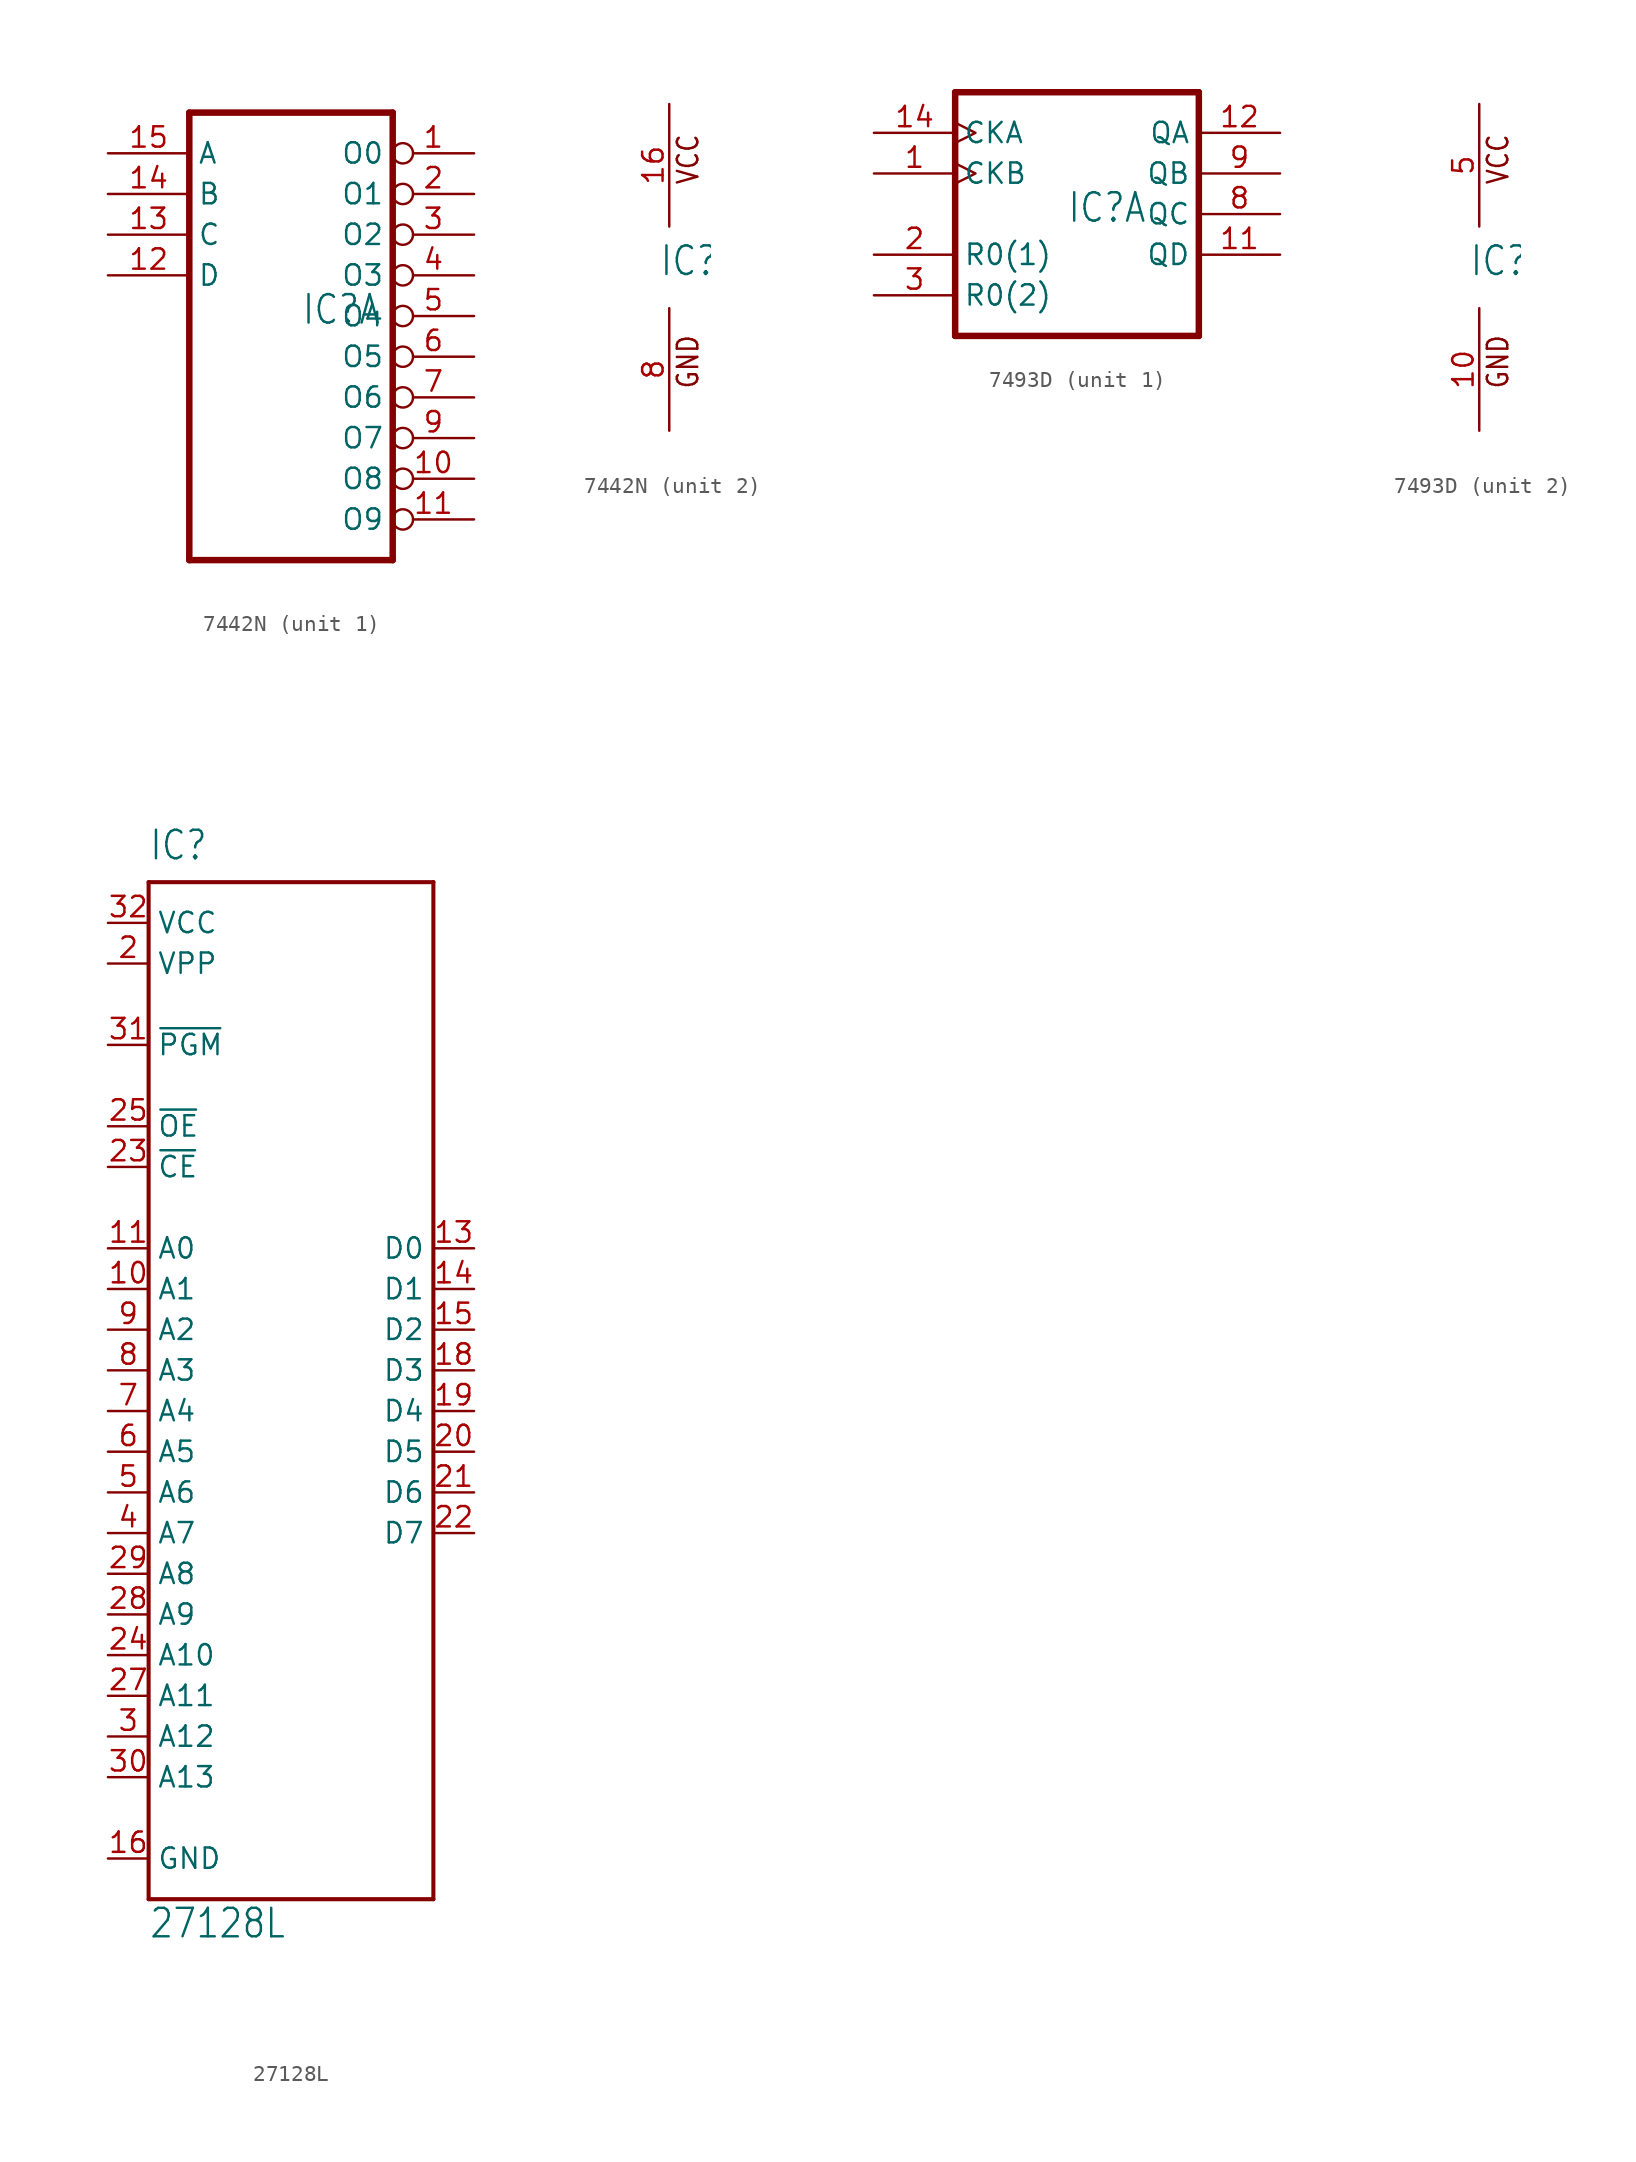
<source format=kicad_sym>
(kicad_symbol_lib
  (version 20220914)
  (generator kicad_symbol_editor)
  (symbol "7442N"
    (property "Reference" "IC"
      (at -0.635 -0.635 0)
      (effects (font (size 1.778 1.511)) (justify left bottom)))
    (property "ki_locked" ""
      (at 0 0 0)
      (effects (font (size 1.27 1.27))))
    (symbol "7442N_1_0"
      (polyline (pts (xy -7.62 -15.24) (xy 5.08 -15.24)) (stroke (width 0.406) (type default)) (fill (type none)))
      (polyline (pts (xy -7.62 12.7) (xy -7.62 -15.24)) (stroke (width 0.406) (type default)) (fill (type none)))
      (polyline (pts (xy 5.08 -15.24) (xy 5.08 12.7)) (stroke (width 0.406) (type default)) (fill (type none)))
      (polyline (pts (xy 5.08 12.7) (xy -7.62 12.7)) (stroke (width 0.406) (type default)) (fill (type none)))
      (pin output inverted (at 10.16 10.16 180) (length 5.08) (name "O0" (effects (font (size 1.27 1.27)))) (number "1" (effects (font (size 1.27 1.27)))))
      (pin output inverted (at 10.16 -10.16 180) (length 5.08) (name "O8" (effects (font (size 1.27 1.27)))) (number "10" (effects (font (size 1.27 1.27)))))
      (pin output inverted (at 10.16 -12.7 180) (length 5.08) (name "O9" (effects (font (size 1.27 1.27)))) (number "11" (effects (font (size 1.27 1.27)))))
      (pin input line (at -12.7 2.54 0) (length 5.08) (name "D" (effects (font (size 1.27 1.27)))) (number "12" (effects (font (size 1.27 1.27)))))
      (pin input line (at -12.7 5.08 0) (length 5.08) (name "C" (effects (font (size 1.27 1.27)))) (number "13" (effects (font (size 1.27 1.27)))))
      (pin input line (at -12.7 7.62 0) (length 5.08) (name "B" (effects (font (size 1.27 1.27)))) (number "14" (effects (font (size 1.27 1.27)))))
      (pin input line (at -12.7 10.16 0) (length 5.08) (name "A" (effects (font (size 1.27 1.27)))) (number "15" (effects (font (size 1.27 1.27)))))
      (pin output inverted (at 10.16 7.62 180) (length 5.08) (name "O1" (effects (font (size 1.27 1.27)))) (number "2" (effects (font (size 1.27 1.27)))))
      (pin output inverted (at 10.16 5.08 180) (length 5.08) (name "O2" (effects (font (size 1.27 1.27)))) (number "3" (effects (font (size 1.27 1.27)))))
      (pin output inverted (at 10.16 2.54 180) (length 5.08) (name "O3" (effects (font (size 1.27 1.27)))) (number "4" (effects (font (size 1.27 1.27)))))
      (pin output inverted (at 10.16 0 180) (length 5.08) (name "O4" (effects (font (size 1.27 1.27)))) (number "5" (effects (font (size 1.27 1.27)))))
      (pin output inverted (at 10.16 -2.54 180) (length 5.08) (name "O5" (effects (font (size 1.27 1.27)))) (number "6" (effects (font (size 1.27 1.27)))))
      (pin output inverted (at 10.16 -5.08 180) (length 5.08) (name "O6" (effects (font (size 1.27 1.27)))) (number "7" (effects (font (size 1.27 1.27)))))
      (pin output inverted (at 10.16 -7.62 180) (length 5.08) (name "O7" (effects (font (size 1.27 1.27)))) (number "9" (effects (font (size 1.27 1.27))))))
    (symbol "7442N_2_0"
      (text "GND" (at 1.905 -7.62 900) (effects (font (size 1.27 1.079)) (justify left bottom)))
      (text "VCC" (at 1.905 5.08 900) (effects (font (size 1.27 1.079)) (justify left bottom)))
      (pin power_in line (at 0 10.16 270) (length 7.62) (name "VCC" (effects (font (size 0 0)))) (number "16" (effects (font (size 1.27 1.27)))))
      (pin power_in line (at 0 -10.16 90) (length 7.62) (name "GND" (effects (font (size 0 0)))) (number "8" (effects (font (size 1.27 1.27)))))))
  (symbol "7493D"
    (property "Reference" "IC"
      (at -0.635 -0.635 0)
      (effects (font (size 1.778 1.511)) (justify left bottom)))
    (property "ki_locked" ""
      (at 0 0 0)
      (effects (font (size 1.27 1.27))))
    (symbol "7493D_1_0"
      (polyline (pts (xy -7.62 -7.62) (xy 7.62 -7.62)) (stroke (width 0.406) (type default)) (fill (type none)))
      (polyline (pts (xy -7.62 7.62) (xy -7.62 -7.62)) (stroke (width 0.406) (type default)) (fill (type none)))
      (polyline (pts (xy 7.62 -7.62) (xy 7.62 7.62)) (stroke (width 0.406) (type default)) (fill (type none)))
      (polyline (pts (xy 7.62 7.62) (xy -7.62 7.62)) (stroke (width 0.406) (type default)) (fill (type none)))
      (pin input clock (at -12.7 2.54 0) (length 5.08) (name "CKB" (effects (font (size 1.27 1.27)))) (number "1" (effects (font (size 1.27 1.27)))))
      (pin output line (at 12.7 -2.54 180) (length 5.08) (name "QD" (effects (font (size 1.27 1.27)))) (number "11" (effects (font (size 1.27 1.27)))))
      (pin output line (at 12.7 5.08 180) (length 5.08) (name "QA" (effects (font (size 1.27 1.27)))) (number "12" (effects (font (size 1.27 1.27)))))
      (pin input clock (at -12.7 5.08 0) (length 5.08) (name "CKA" (effects (font (size 1.27 1.27)))) (number "14" (effects (font (size 1.27 1.27)))))
      (pin input line (at -12.7 -2.54 0) (length 5.08) (name "R0(1)" (effects (font (size 1.27 1.27)))) (number "2" (effects (font (size 1.27 1.27)))))
      (pin input line (at -12.7 -5.08 0) (length 5.08) (name "R0(2)" (effects (font (size 1.27 1.27)))) (number "3" (effects (font (size 1.27 1.27)))))
      (pin output line (at 12.7 0 180) (length 5.08) (name "QC" (effects (font (size 1.27 1.27)))) (number "8" (effects (font (size 1.27 1.27)))))
      (pin output line (at 12.7 2.54 180) (length 5.08) (name "QB" (effects (font (size 1.27 1.27)))) (number "9" (effects (font (size 1.27 1.27))))))
    (symbol "7493D_2_0"
      (text "GND" (at 1.905 -7.62 900) (effects (font (size 1.27 1.079)) (justify left bottom)))
      (text "VCC" (at 1.905 5.08 900) (effects (font (size 1.27 1.079)) (justify left bottom)))
      (pin power_in line (at 0 -10.16 90) (length 7.62) (name "GND" (effects (font (size 0 0)))) (number "10" (effects (font (size 1.27 1.27)))))
      (pin power_in line (at 0 10.16 270) (length 7.62) (name "VCC" (effects (font (size 0 0)))) (number "5" (effects (font (size 1.27 1.27)))))))
  (symbol "27128L"
    (property "Reference" "IC"
      (at -7.62 31.75 0)
      (effects (font (size 1.778 1.511)) (justify left bottom)))
    (property "Value" "27128L"
      (at -7.62 -35.56 0)
      (effects (font (size 1.778 1.511)) (justify left bottom)))
    (property "ki_locked" ""
      (at 0 0 0)
      (effects (font (size 1.27 1.27))))
    (symbol "27128L_1_0"
      (polyline (pts (xy -7.62 -33.02) (xy -7.62 30.48)) (stroke (width 0.254) (type default)) (fill (type none)))
      (polyline (pts (xy -7.62 30.48) (xy 10.16 30.48)) (stroke (width 0.254) (type default)) (fill (type none)))
      (polyline (pts (xy 10.16 -33.02) (xy -7.62 -33.02)) (stroke (width 0.254) (type default)) (fill (type none)))
      (polyline (pts (xy 10.16 30.48) (xy 10.16 -33.02)) (stroke (width 0.254) (type default)) (fill (type none)))
      (pin input line (at -10.16 5.08 0) (length 2.54) (name "A1" (effects (font (size 1.27 1.27)))) (number "10" (effects (font (size 1.27 1.27)))))
      (pin input line (at -10.16 7.62 0) (length 2.54) (name "A0" (effects (font (size 1.27 1.27)))) (number "11" (effects (font (size 1.27 1.27)))))
      (pin tri_state line (at 12.7 7.62 180) (length 2.54) (name "D0" (effects (font (size 1.27 1.27)))) (number "13" (effects (font (size 1.27 1.27)))))
      (pin tri_state line (at 12.7 5.08 180) (length 2.54) (name "D1" (effects (font (size 1.27 1.27)))) (number "14" (effects (font (size 1.27 1.27)))))
      (pin tri_state line (at 12.7 2.54 180) (length 2.54) (name "D2" (effects (font (size 1.27 1.27)))) (number "15" (effects (font (size 1.27 1.27)))))
      (pin power_in line (at -10.16 -30.48 0) (length 2.54) (name "GND" (effects (font (size 1.27 1.27)))) (number "16" (effects (font (size 1.27 1.27)))))
      (pin tri_state line (at 12.7 0 180) (length 2.54) (name "D3" (effects (font (size 1.27 1.27)))) (number "18" (effects (font (size 1.27 1.27)))))
      (pin tri_state line (at 12.7 -2.54 180) (length 2.54) (name "D4" (effects (font (size 1.27 1.27)))) (number "19" (effects (font (size 1.27 1.27)))))
      (pin input line (at -10.16 25.4 0) (length 2.54) (name "VPP" (effects (font (size 1.27 1.27)))) (number "2" (effects (font (size 1.27 1.27)))))
      (pin tri_state line (at 12.7 -5.08 180) (length 2.54) (name "D5" (effects (font (size 1.27 1.27)))) (number "20" (effects (font (size 1.27 1.27)))))
      (pin tri_state line (at 12.7 -7.62 180) (length 2.54) (name "D6" (effects (font (size 1.27 1.27)))) (number "21" (effects (font (size 1.27 1.27)))))
      (pin tri_state line (at 12.7 -10.16 180) (length 2.54) (name "D7" (effects (font (size 1.27 1.27)))) (number "22" (effects (font (size 1.27 1.27)))))
      (pin input line (at -10.16 12.7 0) (length 2.54) (name "~{CE}" (effects (font (size 1.27 1.27)))) (number "23" (effects (font (size 1.27 1.27)))))
      (pin input line (at -10.16 -17.78 0) (length 2.54) (name "A10" (effects (font (size 1.27 1.27)))) (number "24" (effects (font (size 1.27 1.27)))))
      (pin input line (at -10.16 15.24 0) (length 2.54) (name "~{OE}" (effects (font (size 1.27 1.27)))) (number "25" (effects (font (size 1.27 1.27)))))
      (pin input line (at -10.16 -20.32 0) (length 2.54) (name "A11" (effects (font (size 1.27 1.27)))) (number "27" (effects (font (size 1.27 1.27)))))
      (pin input line (at -10.16 -15.24 0) (length 2.54) (name "A9" (effects (font (size 1.27 1.27)))) (number "28" (effects (font (size 1.27 1.27)))))
      (pin input line (at -10.16 -12.7 0) (length 2.54) (name "A8" (effects (font (size 1.27 1.27)))) (number "29" (effects (font (size 1.27 1.27)))))
      (pin input line (at -10.16 -22.86 0) (length 2.54) (name "A12" (effects (font (size 1.27 1.27)))) (number "3" (effects (font (size 1.27 1.27)))))
      (pin input line (at -10.16 -25.4 0) (length 2.54) (name "A13" (effects (font (size 1.27 1.27)))) (number "30" (effects (font (size 1.27 1.27)))))
      (pin passive line (at -10.16 20.32 0) (length 2.54) (name "~{PGM}" (effects (font (size 1.27 1.27)))) (number "31" (effects (font (size 1.27 1.27)))))
      (pin power_in line (at -10.16 27.94 0) (length 2.54) (name "VCC" (effects (font (size 1.27 1.27)))) (number "32" (effects (font (size 1.27 1.27)))))
      (pin input line (at -10.16 -10.16 0) (length 2.54) (name "A7" (effects (font (size 1.27 1.27)))) (number "4" (effects (font (size 1.27 1.27)))))
      (pin input line (at -10.16 -7.62 0) (length 2.54) (name "A6" (effects (font (size 1.27 1.27)))) (number "5" (effects (font (size 1.27 1.27)))))
      (pin input line (at -10.16 -5.08 0) (length 2.54) (name "A5" (effects (font (size 1.27 1.27)))) (number "6" (effects (font (size 1.27 1.27)))))
      (pin input line (at -10.16 -2.54 0) (length 2.54) (name "A4" (effects (font (size 1.27 1.27)))) (number "7" (effects (font (size 1.27 1.27)))))
      (pin input line (at -10.16 0 0) (length 2.54) (name "A3" (effects (font (size 1.27 1.27)))) (number "8" (effects (font (size 1.27 1.27)))))
      (pin input line (at -10.16 2.54 0) (length 2.54) (name "A2" (effects (font (size 1.27 1.27)))) (number "9" (effects (font (size 1.27 1.27))))))))
</source>
